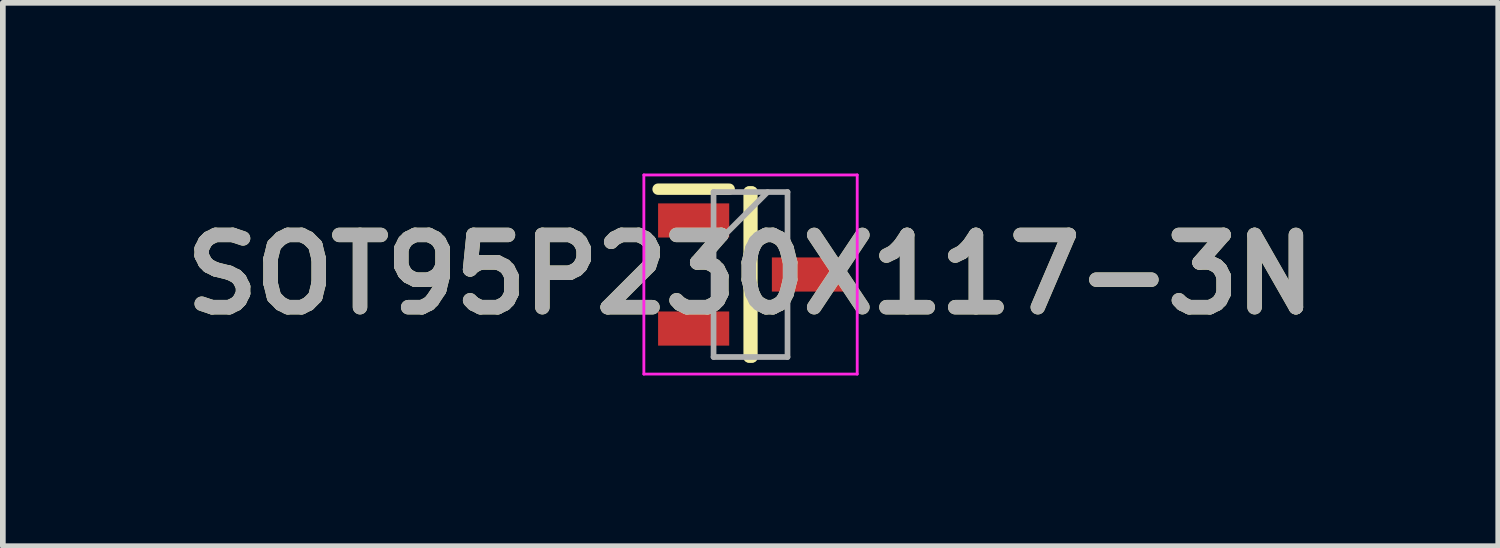
<source format=kicad_pcb>
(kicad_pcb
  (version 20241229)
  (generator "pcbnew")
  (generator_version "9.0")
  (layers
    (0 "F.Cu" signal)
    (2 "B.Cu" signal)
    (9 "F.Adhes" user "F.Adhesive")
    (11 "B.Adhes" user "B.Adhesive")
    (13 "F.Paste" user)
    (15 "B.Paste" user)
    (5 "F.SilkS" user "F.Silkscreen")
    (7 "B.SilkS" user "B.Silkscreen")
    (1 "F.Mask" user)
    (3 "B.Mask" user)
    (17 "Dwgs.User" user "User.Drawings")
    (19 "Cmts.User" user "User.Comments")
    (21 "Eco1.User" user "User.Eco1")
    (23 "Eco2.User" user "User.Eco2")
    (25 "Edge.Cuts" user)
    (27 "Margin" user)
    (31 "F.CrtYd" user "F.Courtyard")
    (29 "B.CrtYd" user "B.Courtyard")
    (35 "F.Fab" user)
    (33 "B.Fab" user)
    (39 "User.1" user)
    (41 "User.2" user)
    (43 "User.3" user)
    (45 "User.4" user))
  (footprint "SOT95P230X117-3N"
    (layer "F.Cu")
    (at 10.142 1.775)
    (property "Reference" "SOT95P230X117-3N" (at 0 0 0) (layer "F.SilkS") (effects (font (size 1.27 1.27) (thickness 0.254))))
    (attr smd)
    (fp_line (start -1.625 -1.5) (end -0.375 -1.5) (stroke (width 0.2) (type solid)) (layer "F.SilkS"))
    (fp_line (start -0.025 -1.45) (end 0.025 -1.45) (stroke (width 0.2) (type solid)) (layer "F.SilkS"))
    (fp_line (start -0.025 1.45) (end -0.025 -1.45) (stroke (width 0.2) (type solid)) (layer "F.SilkS"))
    (fp_line (start 0.025 -1.45) (end 0.025 1.45) (stroke (width 0.2) (type solid)) (layer "F.SilkS"))
    (fp_line (start 0.025 1.45) (end -0.025 1.45) (stroke (width 0.2) (type solid)) (layer "F.SilkS"))
    (fp_line (start -1.875 -1.75) (end 1.875 -1.75) (stroke (width 0.05) (type solid)) (layer "F.CrtYd"))
    (fp_line (start -1.875 1.75) (end -1.875 -1.75) (stroke (width 0.05) (type solid)) (layer "F.CrtYd"))
    (fp_line (start 1.875 -1.75) (end 1.875 1.75) (stroke (width 0.05) (type solid)) (layer "F.CrtYd"))
    (fp_line (start 1.875 1.75) (end -1.875 1.75) (stroke (width 0.05) (type solid)) (layer "F.CrtYd"))
    (fp_line (start -0.65 -1.45) (end 0.65 -1.45) (stroke (width 0.1) (type solid)) (layer "F.Fab"))
    (fp_line (start -0.65 -0.5) (end 0.3 -1.45) (stroke (width 0.1) (type solid)) (layer "F.Fab"))
    (fp_line (start -0.65 1.45) (end -0.65 -1.45) (stroke (width 0.1) (type solid)) (layer "F.Fab"))
    (fp_line (start 0.65 -1.45) (end 0.65 1.45) (stroke (width 0.1) (type solid)) (layer "F.Fab"))
    (fp_line (start 0.65 1.45) (end -0.65 1.45) (stroke (width 0.1) (type solid)) (layer "F.Fab"))
    (fp_text user "${REFERENCE}" (at 0 0 0) (layer "F.Fab") (effects (font (size 1.27 1.27) (thickness 0.254))))
    (pad "1" smd rect (at -1 -0.95 90) (size 0.6 1.25) (layers "F.Cu" "F.Mask" "F.Paste"))
    (pad "2" smd rect (at -1 0.95 90) (size 0.6 1.25) (layers "F.Cu" "F.Mask" "F.Paste"))
    (pad "3" smd rect (at 1 0 90) (size 0.6 1.25) (layers "F.Cu" "F.Mask" "F.Paste")))
  (gr_rect
    (start -3 -3)
    (end 23.284 6.55)
    (stroke (width 0.1) (type default))
    (fill no)
    (layer "Edge.Cuts")))
</source>
